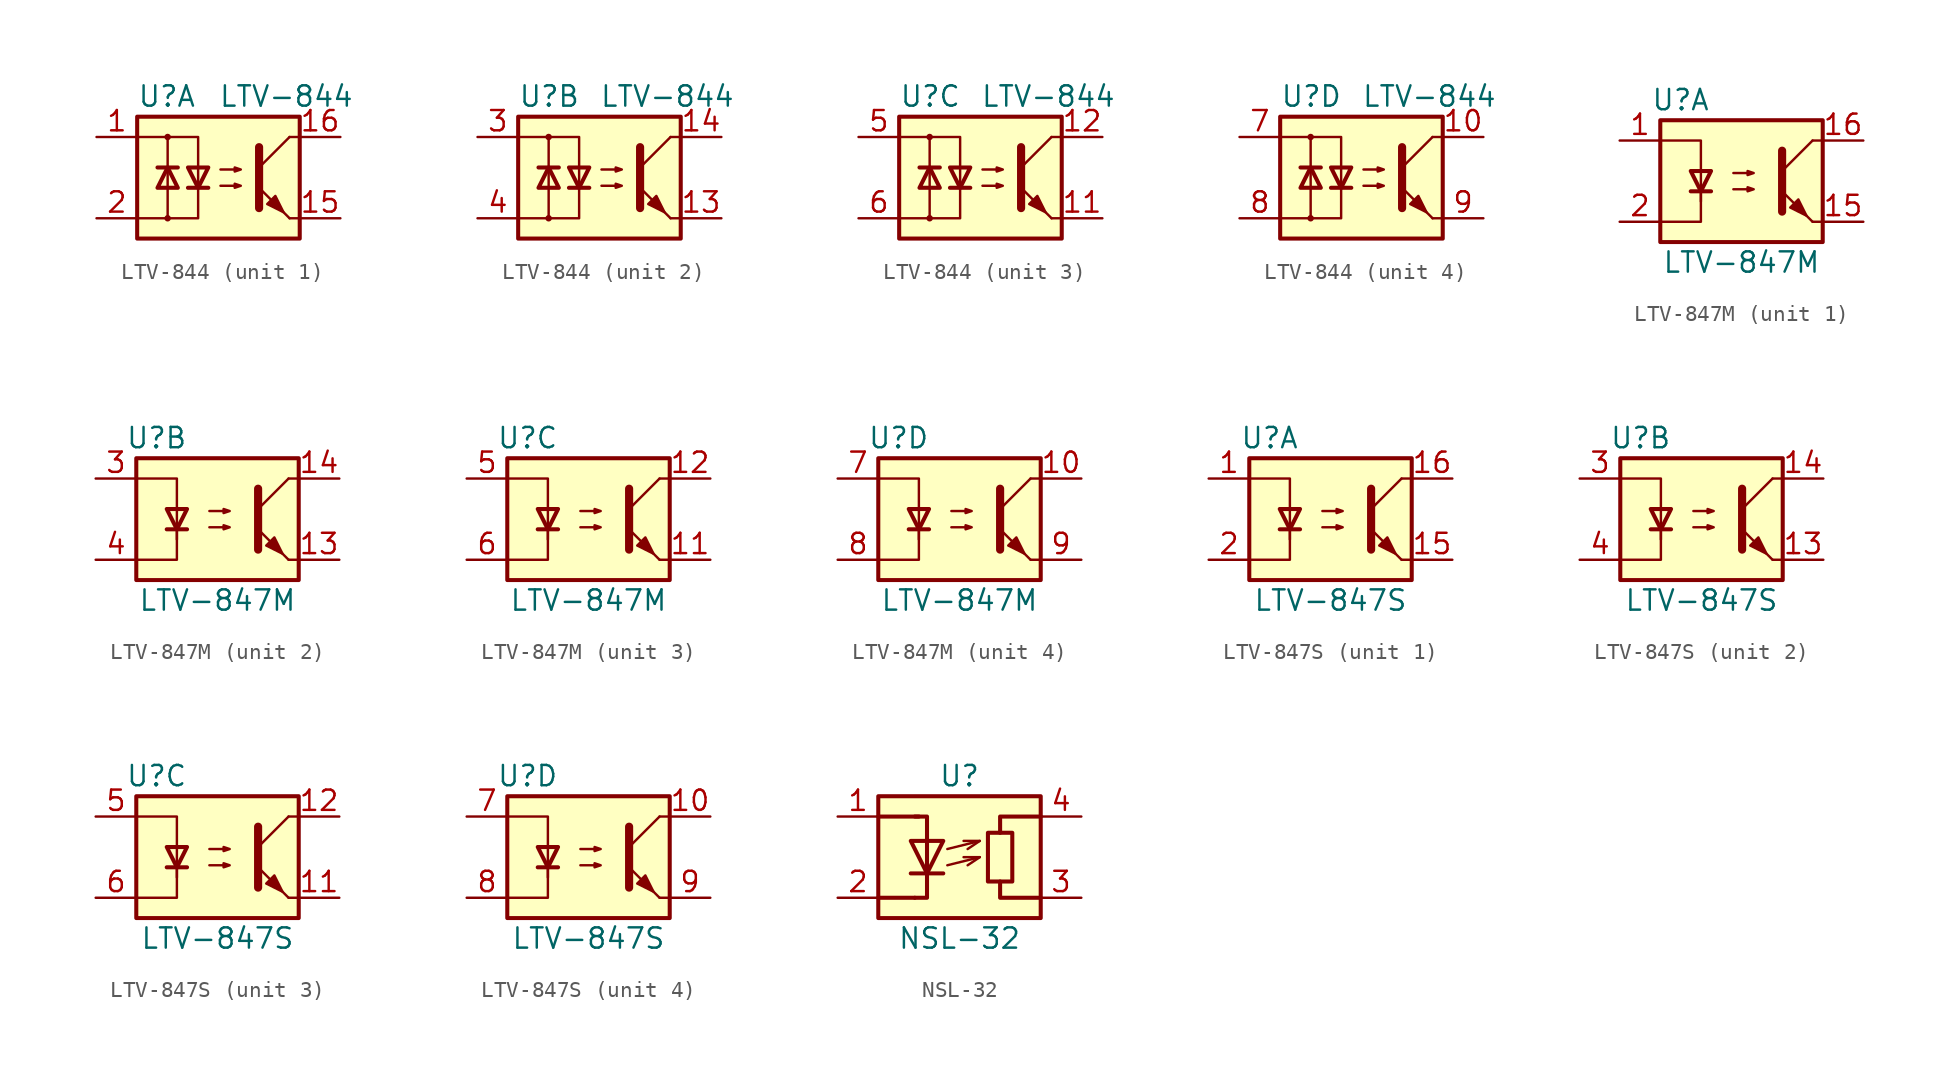
<source format=kicad_sym>
(kicad_symbol_lib
  (version 20201005)
  (generator kicad_symbol_editor)
  (symbol "LTV-844"
    (pin_names
      (offset 1.016))
    (property "Reference" "U"
      (at -5.08 5.08 0)
      (effects (font (size 1.27 1.27)) (justify left)))
    (property "Value" "LTV-844"
      (at 0 5.08 0)
      (effects (font (size 1.27 1.27)) (justify left)))
    (symbol "LTV-844_0_1"
      (circle (center -3.175 -2.54) (radius 0.127) (stroke (width 0)) (fill (type none)))
      (circle (center -3.175 2.54) (radius 0.127) (stroke (width 0)) (fill (type none)))
      (rectangle (start -5.08 3.81) (end 5.08 -3.81) (stroke (width 0.254)) (fill (type background)))
      (polyline (pts (xy -3.81 0.635) (xy -2.54 0.635)) (stroke (width 0.254)) (fill (type none)))
      (polyline (pts (xy -3.175 0.635) (xy -3.175 -2.54)) (stroke (width 0)) (fill (type none)))
      (polyline (pts (xy -3.175 0.635) (xy -3.175 2.54)) (stroke (width 0)) (fill (type none)))
      (polyline (pts (xy -1.905 -0.635) (xy -0.635 -0.635)) (stroke (width 0.254)) (fill (type none)))
      (polyline (pts (xy 2.54 0.635) (xy 4.445 2.54)) (stroke (width 0)) (fill (type none)))
      (polyline (pts (xy 4.445 -2.54) (xy 5.08 -2.54)) (stroke (width 0)) (fill (type none)))
      (polyline (pts (xy 4.445 2.54) (xy 5.08 2.54)) (stroke (width 0)) (fill (type none)))
      (polyline (pts (xy -5.08 2.54) (xy -1.27 2.54) (xy -1.27 -0.635)) (stroke (width 0)) (fill (type none)))
      (polyline (pts (xy -1.27 -0.635) (xy -1.27 -2.54) (xy -5.08 -2.54)) (stroke (width 0)) (fill (type none)))
      (polyline (pts (xy 2.54 1.905) (xy 2.54 -1.905) (xy 2.54 -1.905)) (stroke (width 0.508)) (fill (type none)))
      (polyline (pts (xy -3.175 0.635) (xy -3.81 -0.635) (xy -2.54 -0.635) (xy -3.175 0.635)) (stroke (width 0.254)) (fill (type none)))
      (polyline (pts (xy -1.27 -0.635) (xy -1.905 0.635) (xy -0.635 0.635) (xy -1.27 -0.635)) (stroke (width 0.254)) (fill (type none)))
      (polyline (pts (xy 0.127 -0.508) (xy 1.397 -0.508) (xy 1.016 -0.635) (xy 1.016 -0.381) (xy 1.397 -0.508)) (stroke (width 0)) (fill (type none)))
      (polyline (pts (xy 0.127 0.508) (xy 1.397 0.508) (xy 1.016 0.381) (xy 1.016 0.635) (xy 1.397 0.508)) (stroke (width 0)) (fill (type none)))
      (polyline (pts (xy 4.445 -2.54) (xy 2.54 -0.635)) (stroke (width 0)) (fill (type outline)))
      (polyline (pts (xy 3.048 -1.651) (xy 3.556 -1.143) (xy 4.064 -2.159) (xy 3.048 -1.651) (xy 3.048 -1.651)) (stroke (width 0)) (fill (type outline))))
    (symbol "LTV-844_1_1"
      (pin passive line (at -7.62 2.54 0) (length 2.54) (name "~" (effects (font (size 1.27 1.27)))) (number "1" (effects (font (size 1.27 1.27)))))
      (pin passive line (at 7.62 -2.54 180) (length 2.54) (name "~" (effects (font (size 1.27 1.27)))) (number "15" (effects (font (size 1.27 1.27)))))
      (pin passive line (at 7.62 2.54 180) (length 2.54) (name "~" (effects (font (size 1.27 1.27)))) (number "16" (effects (font (size 1.27 1.27)))))
      (pin passive line (at -7.62 -2.54 0) (length 2.54) (name "~" (effects (font (size 1.27 1.27)))) (number "2" (effects (font (size 1.27 1.27))))))
    (symbol "LTV-844_2_1"
      (pin passive line (at 7.62 -2.54 180) (length 2.54) (name "~" (effects (font (size 1.27 1.27)))) (number "13" (effects (font (size 1.27 1.27)))))
      (pin passive line (at 7.62 2.54 180) (length 2.54) (name "~" (effects (font (size 1.27 1.27)))) (number "14" (effects (font (size 1.27 1.27)))))
      (pin passive line (at -7.62 2.54 0) (length 2.54) (name "~" (effects (font (size 1.27 1.27)))) (number "3" (effects (font (size 1.27 1.27)))))
      (pin passive line (at -7.62 -2.54 0) (length 2.54) (name "~" (effects (font (size 1.27 1.27)))) (number "4" (effects (font (size 1.27 1.27))))))
    (symbol "LTV-844_3_1"
      (pin passive line (at 7.62 -2.54 180) (length 2.54) (name "~" (effects (font (size 1.27 1.27)))) (number "11" (effects (font (size 1.27 1.27)))))
      (pin passive line (at 7.62 2.54 180) (length 2.54) (name "~" (effects (font (size 1.27 1.27)))) (number "12" (effects (font (size 1.27 1.27)))))
      (pin passive line (at -7.62 2.54 0) (length 2.54) (name "~" (effects (font (size 1.27 1.27)))) (number "5" (effects (font (size 1.27 1.27)))))
      (pin passive line (at -7.62 -2.54 0) (length 2.54) (name "~" (effects (font (size 1.27 1.27)))) (number "6" (effects (font (size 1.27 1.27))))))
    (symbol "LTV-844_4_1"
      (pin passive line (at 7.62 2.54 180) (length 2.54) (name "~" (effects (font (size 1.27 1.27)))) (number "10" (effects (font (size 1.27 1.27)))))
      (pin passive line (at -7.62 2.54 0) (length 2.54) (name "~" (effects (font (size 1.27 1.27)))) (number "7" (effects (font (size 1.27 1.27)))))
      (pin passive line (at -7.62 -2.54 0) (length 2.54) (name "~" (effects (font (size 1.27 1.27)))) (number "8" (effects (font (size 1.27 1.27)))))
      (pin passive line (at 7.62 -2.54 180) (length 2.54) (name "~" (effects (font (size 1.27 1.27)))) (number "9" (effects (font (size 1.27 1.27)))))))
  (symbol "LTV-847M"
    (pin_names
      (offset 1.016))
    (property "Reference" "U"
      (at -3.81 5.08 0)
      (effects (font (size 1.27 1.27))))
    (property "Value" "LTV-847M"
      (at 0 -5.08 0)
      (effects (font (size 1.27 1.27))))
    (symbol "LTV-847M_0_1"
      (rectangle (start -5.08 3.81) (end 5.08 -3.81) (stroke (width 0.254)) (fill (type background)))
      (polyline (pts (xy -3.175 -0.635) (xy -1.905 -0.635)) (stroke (width 0.254)) (fill (type none)))
      (polyline (pts (xy 2.54 0.635) (xy 4.445 2.54)) (stroke (width 0)) (fill (type none)))
      (polyline (pts (xy 4.445 -2.54) (xy 5.08 -2.54)) (stroke (width 0)) (fill (type none)))
      (polyline (pts (xy 4.445 2.54) (xy 5.08 2.54)) (stroke (width 0)) (fill (type none)))
      (polyline (pts (xy -2.54 -0.635) (xy -2.54 -2.54) (xy -5.08 -2.54)) (stroke (width 0)) (fill (type none)))
      (polyline (pts (xy 2.54 1.905) (xy 2.54 -1.905) (xy 2.54 -1.905)) (stroke (width 0.508)) (fill (type none)))
      (polyline (pts (xy -5.08 2.54) (xy -2.54 2.54) (xy -2.54 -1.27) (xy -2.54 0.635)) (stroke (width 0)) (fill (type none)))
      (polyline (pts (xy -2.54 -0.635) (xy -3.175 0.635) (xy -1.905 0.635) (xy -2.54 -0.635)) (stroke (width 0.254)) (fill (type none)))
      (polyline (pts (xy -0.508 -0.508) (xy 0.762 -0.508) (xy 0.381 -0.635) (xy 0.381 -0.381) (xy 0.762 -0.508)) (stroke (width 0)) (fill (type none)))
      (polyline (pts (xy -0.508 0.508) (xy 0.762 0.508) (xy 0.381 0.381) (xy 0.381 0.635) (xy 0.762 0.508)) (stroke (width 0)) (fill (type none)))
      (polyline (pts (xy 4.445 -2.54) (xy 2.54 -0.635)) (stroke (width 0)) (fill (type outline)))
      (polyline (pts (xy 3.048 -1.651) (xy 3.556 -1.143) (xy 4.064 -2.159) (xy 3.048 -1.651) (xy 3.048 -1.651)) (stroke (width 0)) (fill (type outline))))
    (symbol "LTV-847M_1_1"
      (pin passive line (at -7.62 2.54 0) (length 2.54) (name "~" (effects (font (size 1.27 1.27)))) (number "1" (effects (font (size 1.27 1.27)))))
      (pin passive line (at 7.62 -2.54 180) (length 2.54) (name "~" (effects (font (size 1.27 1.27)))) (number "15" (effects (font (size 1.27 1.27)))))
      (pin passive line (at 7.62 2.54 180) (length 2.54) (name "~" (effects (font (size 1.27 1.27)))) (number "16" (effects (font (size 1.27 1.27)))))
      (pin passive line (at -7.62 -2.54 0) (length 2.54) (name "~" (effects (font (size 1.27 1.27)))) (number "2" (effects (font (size 1.27 1.27))))))
    (symbol "LTV-847M_2_1"
      (pin passive line (at 7.62 -2.54 180) (length 2.54) (name "~" (effects (font (size 1.27 1.27)))) (number "13" (effects (font (size 1.27 1.27)))))
      (pin passive line (at 7.62 2.54 180) (length 2.54) (name "~" (effects (font (size 1.27 1.27)))) (number "14" (effects (font (size 1.27 1.27)))))
      (pin passive line (at -7.62 2.54 0) (length 2.54) (name "~" (effects (font (size 1.27 1.27)))) (number "3" (effects (font (size 1.27 1.27)))))
      (pin passive line (at -7.62 -2.54 0) (length 2.54) (name "~" (effects (font (size 1.27 1.27)))) (number "4" (effects (font (size 1.27 1.27))))))
    (symbol "LTV-847M_3_1"
      (pin passive line (at 7.62 -2.54 180) (length 2.54) (name "~" (effects (font (size 1.27 1.27)))) (number "11" (effects (font (size 1.27 1.27)))))
      (pin passive line (at 7.62 2.54 180) (length 2.54) (name "~" (effects (font (size 1.27 1.27)))) (number "12" (effects (font (size 1.27 1.27)))))
      (pin passive line (at -7.62 2.54 0) (length 2.54) (name "~" (effects (font (size 1.27 1.27)))) (number "5" (effects (font (size 1.27 1.27)))))
      (pin passive line (at -7.62 -2.54 0) (length 2.54) (name "~" (effects (font (size 1.27 1.27)))) (number "6" (effects (font (size 1.27 1.27))))))
    (symbol "LTV-847M_4_1"
      (pin passive line (at 7.62 2.54 180) (length 2.54) (name "~" (effects (font (size 1.27 1.27)))) (number "10" (effects (font (size 1.27 1.27)))))
      (pin passive line (at -7.62 2.54 0) (length 2.54) (name "~" (effects (font (size 1.27 1.27)))) (number "7" (effects (font (size 1.27 1.27)))))
      (pin passive line (at -7.62 -2.54 0) (length 2.54) (name "~" (effects (font (size 1.27 1.27)))) (number "8" (effects (font (size 1.27 1.27)))))
      (pin passive line (at 7.62 -2.54 180) (length 2.54) (name "~" (effects (font (size 1.27 1.27)))) (number "9" (effects (font (size 1.27 1.27)))))))
  (symbol "LTV-847S"
    (pin_names
      (offset 1.016))
    (property "Reference" "U"
      (at -3.81 5.08 0)
      (effects (font (size 1.27 1.27))))
    (property "Value" "LTV-847S"
      (at 0 -5.08 0)
      (effects (font (size 1.27 1.27))))
    (symbol "LTV-847S_0_1"
      (rectangle (start -5.08 3.81) (end 5.08 -3.81) (stroke (width 0.254)) (fill (type background)))
      (polyline (pts (xy -3.175 -0.635) (xy -1.905 -0.635)) (stroke (width 0.254)) (fill (type none)))
      (polyline (pts (xy 2.54 0.635) (xy 4.445 2.54)) (stroke (width 0)) (fill (type none)))
      (polyline (pts (xy 4.445 -2.54) (xy 5.08 -2.54)) (stroke (width 0)) (fill (type none)))
      (polyline (pts (xy 4.445 2.54) (xy 5.08 2.54)) (stroke (width 0)) (fill (type none)))
      (polyline (pts (xy -2.54 -0.635) (xy -2.54 -2.54) (xy -5.08 -2.54)) (stroke (width 0)) (fill (type none)))
      (polyline (pts (xy 2.54 1.905) (xy 2.54 -1.905) (xy 2.54 -1.905)) (stroke (width 0.508)) (fill (type none)))
      (polyline (pts (xy -5.08 2.54) (xy -2.54 2.54) (xy -2.54 -1.27) (xy -2.54 0.635)) (stroke (width 0)) (fill (type none)))
      (polyline (pts (xy -2.54 -0.635) (xy -3.175 0.635) (xy -1.905 0.635) (xy -2.54 -0.635)) (stroke (width 0.254)) (fill (type none)))
      (polyline (pts (xy -0.508 -0.508) (xy 0.762 -0.508) (xy 0.381 -0.635) (xy 0.381 -0.381) (xy 0.762 -0.508)) (stroke (width 0)) (fill (type none)))
      (polyline (pts (xy -0.508 0.508) (xy 0.762 0.508) (xy 0.381 0.381) (xy 0.381 0.635) (xy 0.762 0.508)) (stroke (width 0)) (fill (type none)))
      (polyline (pts (xy 4.445 -2.54) (xy 2.54 -0.635)) (stroke (width 0)) (fill (type outline)))
      (polyline (pts (xy 3.048 -1.651) (xy 3.556 -1.143) (xy 4.064 -2.159) (xy 3.048 -1.651) (xy 3.048 -1.651)) (stroke (width 0)) (fill (type outline))))
    (symbol "LTV-847S_1_1"
      (pin passive line (at -7.62 2.54 0) (length 2.54) (name "~" (effects (font (size 1.27 1.27)))) (number "1" (effects (font (size 1.27 1.27)))))
      (pin passive line (at 7.62 -2.54 180) (length 2.54) (name "~" (effects (font (size 1.27 1.27)))) (number "15" (effects (font (size 1.27 1.27)))))
      (pin passive line (at 7.62 2.54 180) (length 2.54) (name "~" (effects (font (size 1.27 1.27)))) (number "16" (effects (font (size 1.27 1.27)))))
      (pin passive line (at -7.62 -2.54 0) (length 2.54) (name "~" (effects (font (size 1.27 1.27)))) (number "2" (effects (font (size 1.27 1.27))))))
    (symbol "LTV-847S_2_1"
      (pin passive line (at 7.62 -2.54 180) (length 2.54) (name "~" (effects (font (size 1.27 1.27)))) (number "13" (effects (font (size 1.27 1.27)))))
      (pin passive line (at 7.62 2.54 180) (length 2.54) (name "~" (effects (font (size 1.27 1.27)))) (number "14" (effects (font (size 1.27 1.27)))))
      (pin passive line (at -7.62 2.54 0) (length 2.54) (name "~" (effects (font (size 1.27 1.27)))) (number "3" (effects (font (size 1.27 1.27)))))
      (pin passive line (at -7.62 -2.54 0) (length 2.54) (name "~" (effects (font (size 1.27 1.27)))) (number "4" (effects (font (size 1.27 1.27))))))
    (symbol "LTV-847S_3_1"
      (pin passive line (at 7.62 -2.54 180) (length 2.54) (name "~" (effects (font (size 1.27 1.27)))) (number "11" (effects (font (size 1.27 1.27)))))
      (pin passive line (at 7.62 2.54 180) (length 2.54) (name "~" (effects (font (size 1.27 1.27)))) (number "12" (effects (font (size 1.27 1.27)))))
      (pin passive line (at -7.62 2.54 0) (length 2.54) (name "~" (effects (font (size 1.27 1.27)))) (number "5" (effects (font (size 1.27 1.27)))))
      (pin passive line (at -7.62 -2.54 0) (length 2.54) (name "~" (effects (font (size 1.27 1.27)))) (number "6" (effects (font (size 1.27 1.27))))))
    (symbol "LTV-847S_4_1"
      (pin passive line (at 7.62 2.54 180) (length 2.54) (name "~" (effects (font (size 1.27 1.27)))) (number "10" (effects (font (size 1.27 1.27)))))
      (pin passive line (at -7.62 2.54 0) (length 2.54) (name "~" (effects (font (size 1.27 1.27)))) (number "7" (effects (font (size 1.27 1.27)))))
      (pin passive line (at -7.62 -2.54 0) (length 2.54) (name "~" (effects (font (size 1.27 1.27)))) (number "8" (effects (font (size 1.27 1.27)))))
      (pin passive line (at 7.62 -2.54 180) (length 2.54) (name "~" (effects (font (size 1.27 1.27)))) (number "9" (effects (font (size 1.27 1.27)))))))
  (symbol "NSL-32"
    (pin_names
      (offset 0.762) hide)
    (property "Reference" "U"
      (at 0 5.08 0)
      (effects (font (size 1.27 1.27))))
    (property "Value" "NSL-32"
      (at 0 -5.08 0)
      (effects (font (size 1.27 1.27))))
    (symbol "NSL-32_0_1"
      (rectangle (start 1.778 1.524) (end 3.302 -1.524) (stroke (width 0.254)) (fill (type none)))
      (rectangle (start -5.08 3.81) (end 5.08 -3.81) (stroke (width 0.254)) (fill (type background)))
      (polyline (pts (xy -5.08 2.54) (xy -2.54 2.54)) (stroke (width 0.254)) (fill (type none)))
      (polyline (pts (xy -2.794 -2.54) (xy -5.08 -2.54)) (stroke (width 0.254)) (fill (type none)))
      (polyline (pts (xy -1.016 -1.016) (xy -3.048 -1.016) (xy -3.048 -1.016)) (stroke (width 0.254)) (fill (type none)))
      (polyline (pts (xy -0.762 -0.508) (xy 1.27 0) (xy 1.27 0)) (stroke (width 0)) (fill (type none)))
      (polyline (pts (xy -0.762 0.508) (xy 1.27 1.016) (xy 1.27 1.016)) (stroke (width 0)) (fill (type none)))
      (polyline (pts (xy 2.54 -1.524) (xy 2.54 -2.54) (xy 5.08 -2.54)) (stroke (width 0.254)) (fill (type none)))
      (polyline (pts (xy 2.54 1.524) (xy 2.54 2.54) (xy 5.08 2.54)) (stroke (width 0.254)) (fill (type none)))
      (polyline (pts (xy -2.794 -2.54) (xy -2.032 -2.54) (xy -2.032 2.54) (xy -2.794 2.54)) (stroke (width 0.254)) (fill (type none)))
      (polyline (pts (xy 0.254 0) (xy 1.27 0) (xy 0.508 -0.508) (xy 0.508 -0.508)) (stroke (width 0)) (fill (type none)))
      (polyline (pts (xy 0.254 1.016) (xy 1.27 1.016) (xy 0.508 0.508) (xy 0.508 0.508)) (stroke (width 0)) (fill (type none)))
      (polyline (pts (xy -1.016 1.016) (xy -3.048 1.016) (xy -2.032 -1.016) (xy -1.016 1.016) (xy -1.016 1.016) (xy -1.016 1.016)) (stroke (width 0.254)) (fill (type none))))
    (symbol "NSL-32_1_1"
      (pin passive line (at -7.62 2.54 0) (length 2.54) (name "A" (effects (font (size 1.27 1.27)))) (number "1" (effects (font (size 1.27 1.27)))))
      (pin passive line (at -7.62 -2.54 0) (length 2.54) (name "K" (effects (font (size 1.27 1.27)))) (number "2" (effects (font (size 1.27 1.27)))))
      (pin passive line (at 7.62 -2.54 180) (length 2.54) (name "R" (effects (font (size 1.27 1.27)))) (number "3" (effects (font (size 1.27 1.27)))))
      (pin passive line (at 7.62 2.54 180) (length 2.54) (name "R" (effects (font (size 1.27 1.27)))) (number "4" (effects (font (size 1.27 1.27))))))))
</source>
